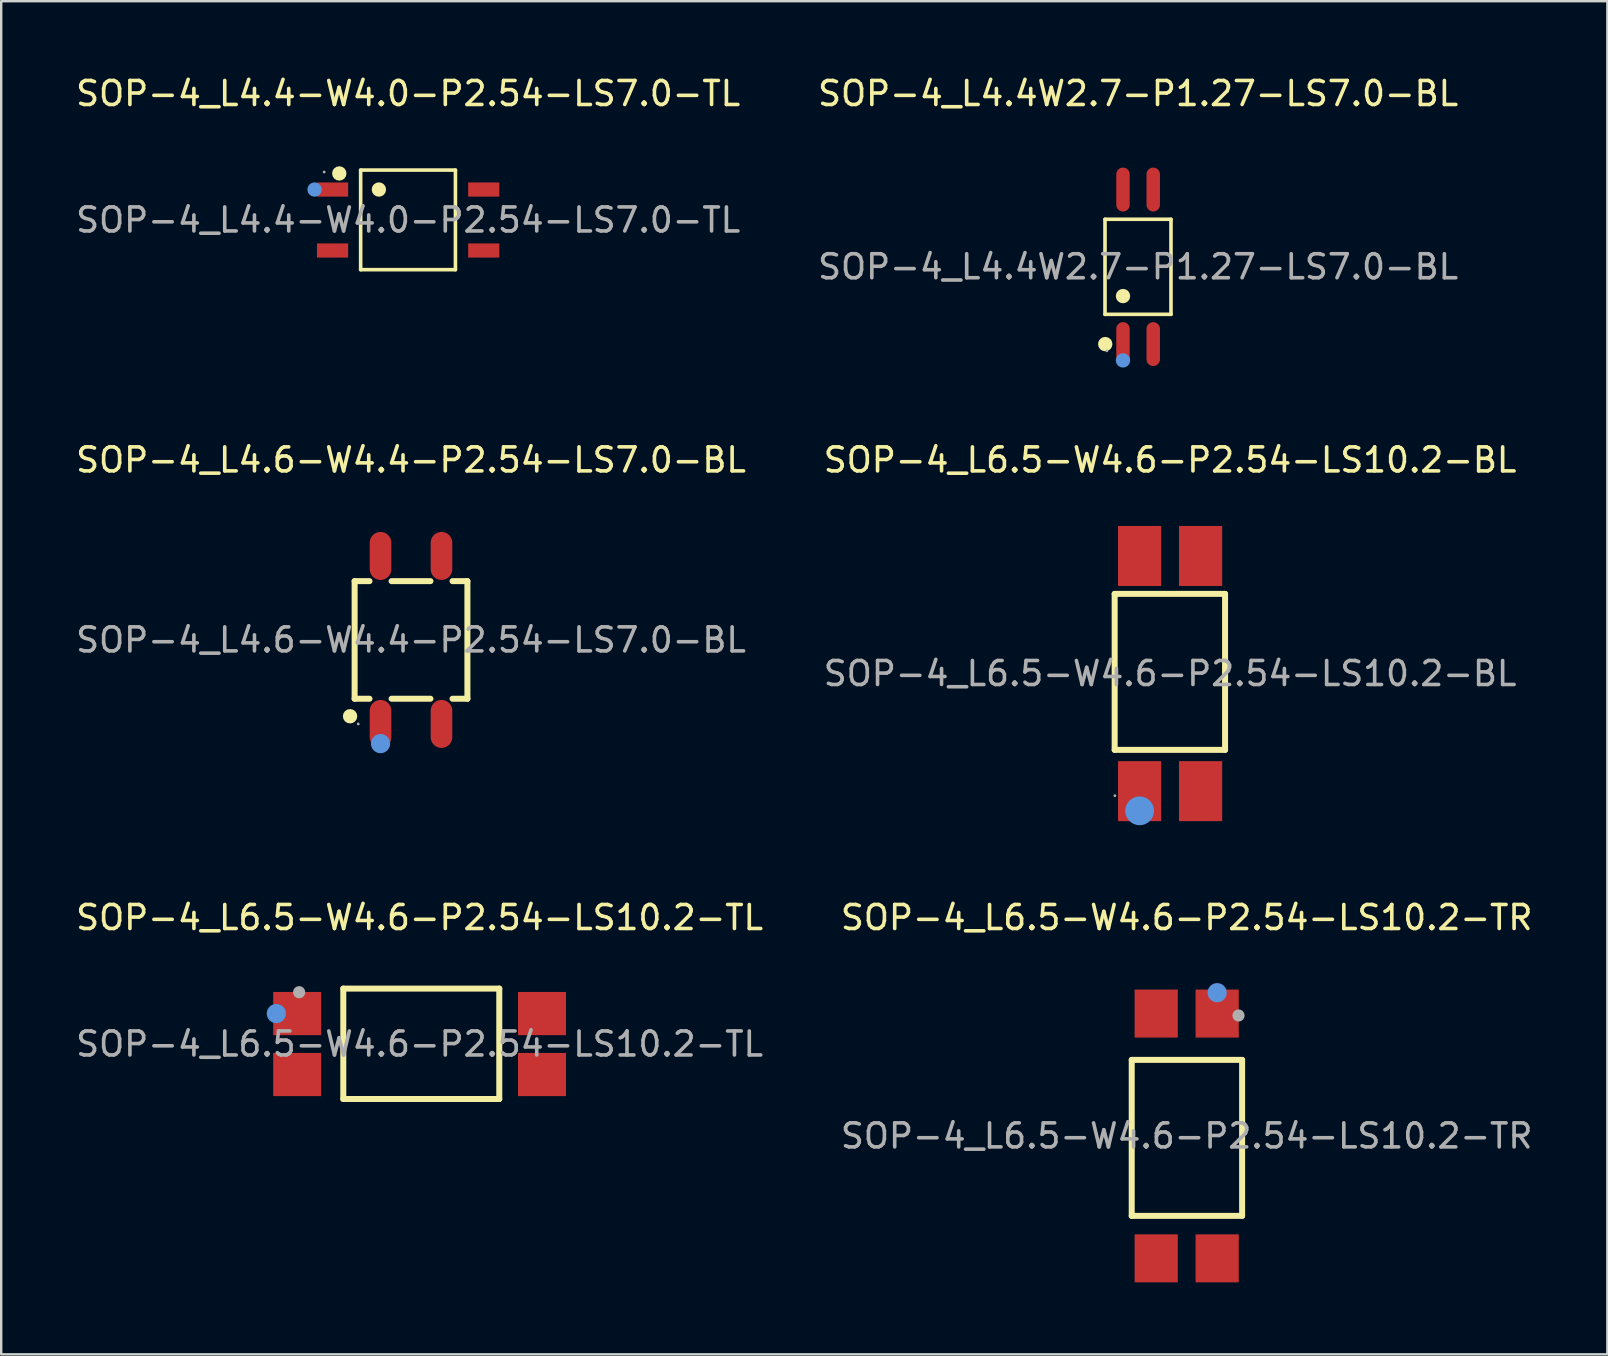
<source format=kicad_pcb>
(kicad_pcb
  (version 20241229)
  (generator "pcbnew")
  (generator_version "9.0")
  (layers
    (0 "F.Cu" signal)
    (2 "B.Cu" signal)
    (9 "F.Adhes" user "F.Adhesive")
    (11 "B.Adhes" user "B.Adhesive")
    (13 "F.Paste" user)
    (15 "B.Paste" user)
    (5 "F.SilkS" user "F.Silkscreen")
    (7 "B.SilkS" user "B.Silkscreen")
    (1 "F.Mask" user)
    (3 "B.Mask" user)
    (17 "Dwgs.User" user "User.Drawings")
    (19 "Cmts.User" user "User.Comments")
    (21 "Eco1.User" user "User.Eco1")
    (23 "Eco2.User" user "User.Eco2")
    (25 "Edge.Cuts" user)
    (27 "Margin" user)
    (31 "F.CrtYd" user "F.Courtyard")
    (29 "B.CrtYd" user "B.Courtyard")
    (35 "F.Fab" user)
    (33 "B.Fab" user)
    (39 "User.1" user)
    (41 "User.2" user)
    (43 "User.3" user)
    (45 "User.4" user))
  (footprint "SOP-4_L4.6-W4.4-P2.54-LS7.0-BL"
    (layer "F.Cu")
    (at 14.077 23.616)
    (property "Reference" "SOP-4_L4.6-W4.4-P2.54-LS7.0-BL" (at 0 -7.5 0) (layer "F.SilkS") (effects (font (size 1 1) (thickness 0.15))))
    (attr through_hole)
    (fp_line (start -2.35 -2.45) (end -2.35 2.45) (stroke (width 0.25) (type solid)) (layer "F.SilkS"))
    (fp_line (start -2.35 -2.45) (end -1.73 -2.45) (stroke (width 0.25) (type solid)) (layer "F.SilkS"))
    (fp_line (start -2.35 2.45) (end -1.73 2.45) (stroke (width 0.25) (type solid)) (layer "F.SilkS"))
    (fp_line (start -0.81 -2.45) (end 0.81 -2.45) (stroke (width 0.25) (type solid)) (layer "F.SilkS"))
    (fp_line (start -0.81 2.45) (end 0.81 2.45) (stroke (width 0.25) (type solid)) (layer "F.SilkS"))
    (fp_line (start 1.73 -2.45) (end 2.35 -2.45) (stroke (width 0.25) (type solid)) (layer "F.SilkS"))
    (fp_line (start 1.73 2.45) (end 2.35 2.45) (stroke (width 0.25) (type solid)) (layer "F.SilkS"))
    (fp_line (start 2.35 -2.45) (end 2.35 2.45) (stroke (width 0.25) (type solid)) (layer "F.SilkS"))
    (fp_arc (start -2.54 3.18) (mid -2.54 3.18) (end -2.54 3.18) (stroke (width 0.3) (type solid)) (layer "F.SilkS"))
    (fp_circle (center -1.27 4.32) (end -1.07 4.32) (stroke (width 0.4) (type solid)) (fill no) (layer "Cmts.User"))
    (fp_circle (center -2.2 3.5) (end -2.17 3.5) (stroke (width 0.06) (type solid)) (fill no) (layer "F.Fab"))
    (fp_text user "${REFERENCE}" (at 0 0 0) (layer "F.Fab") (effects (font (size 1 1) (thickness 0.15))))
    (pad "1" smd oval (at -1.27 3.5 180) (size 0.9 2) (layers "F.Cu" "F.Mask" "F.Paste"))
    (pad "2" smd oval (at 1.27 3.5 180) (size 0.9 2) (layers "F.Cu" "F.Mask" "F.Paste"))
    (pad "3" smd oval (at 1.27 -3.5 180) (size 0.9 2) (layers "F.Cu" "F.Mask" "F.Paste"))
    (pad "4" smd oval (at -1.27 -3.5 180) (size 0.9 2) (layers "F.Cu" "F.Mask" "F.Paste")))
  (footprint "SOP-4_L6.5-W4.6-P2.54-LS10.2-TL"
    (layer "F.Cu")
    (at 14.435 40.455)
    (property "Reference" "SOP-4_L6.5-W4.6-P2.54-LS10.2-TL" (at 0 -5.27 0) (layer "F.SilkS") (effects (font (size 1 1) (thickness 0.15))))
    (attr through_hole)
    (fp_line (start -3.18 -2.31) (end 3.32 -2.31) (stroke (width 0.25) (type solid)) (layer "F.SilkS"))
    (fp_line (start -3.18 2.29) (end -3.18 -2.31) (stroke (width 0.25) (type solid)) (layer "F.SilkS"))
    (fp_line (start 3.32 -2.31) (end 3.32 2.29) (stroke (width 0.25) (type solid)) (layer "F.SilkS"))
    (fp_line (start 3.32 2.29) (end -3.18 2.29) (stroke (width 0.25) (type solid)) (layer "F.SilkS"))
    (fp_circle (center -5.97 -1.27) (end -5.77 -1.27) (stroke (width 0.4) (type solid)) (fill no) (layer "Cmts.User"))
    (fp_circle (center -5.02 -2.16) (end -4.89 -2.16) (stroke (width 0.25) (type solid)) (fill no) (layer "F.Fab"))
    (fp_text user "${REFERENCE}" (at 0 0 0) (layer "F.Fab") (effects (font (size 1 1) (thickness 0.15))))
    (pad "1" smd rect (at -5.1 -1.27 270) (size 1.8 2) (layers "F.Cu" "F.Mask" "F.Paste"))
    (pad "2" smd rect (at -5.1 1.27 270) (size 1.8 2) (layers "F.Cu" "F.Mask" "F.Paste"))
    (pad "3" smd rect (at 5.1 1.27 270) (size 1.8 2) (layers "F.Cu" "F.Mask" "F.Paste"))
    (pad "4" smd rect (at 5.1 -1.27 270) (size 1.8 2) (layers "F.Cu" "F.Mask" "F.Paste")))
  (footprint "SOP-4_L4.4W2.7-P1.27-LS7.0-BL"
    (layer "F.Cu")
    (at 44.375 8.068)
    (property "Reference" "SOP-4_L4.4W2.7-P1.27-LS7.0-BL" (at 0 -7.22 0) (layer "F.SilkS") (effects (font (size 1 1) (thickness 0.15))))
    (attr through_hole)
    (fp_line (start -1.38 -1.98) (end 1.37 -1.98) (stroke (width 0.15) (type solid)) (layer "F.SilkS"))
    (fp_line (start -1.38 1.98) (end -1.38 -1.98) (stroke (width 0.15) (type solid)) (layer "F.SilkS"))
    (fp_line (start 1.37 -1.98) (end 1.37 1.98) (stroke (width 0.15) (type solid)) (layer "F.SilkS"))
    (fp_line (start 1.37 1.98) (end -1.38 1.98) (stroke (width 0.15) (type solid)) (layer "F.SilkS"))
    (fp_circle (center -1.37 3.22) (end -1.22 3.22) (stroke (width 0.3) (type solid)) (fill no) (layer "F.SilkS"))
    (fp_circle (center -0.63 1.22) (end -0.48 1.22) (stroke (width 0.3) (type solid)) (fill no) (layer "F.SilkS"))
    (fp_circle (center -0.63 3.9) (end -0.48 3.9) (stroke (width 0.3) (type solid)) (fill no) (layer "Cmts.User"))
    (fp_circle (center -1.3 3.5) (end -1.27 3.5) (stroke (width 0.06) (type solid)) (fill no) (layer "F.Fab"))
    (fp_text user "${REFERENCE}" (at 0 0 0) (layer "F.Fab") (effects (font (size 1 1) (thickness 0.15))))
    (pad "1" smd oval (at -0.63 3.22) (size 0.56 1.83) (layers "F.Cu" "F.Mask" "F.Paste"))
    (pad "2" smd oval (at 0.63 3.22) (size 0.56 1.83) (layers "F.Cu" "F.Mask" "F.Paste"))
    (pad "3" smd oval (at 0.63 -3.22) (size 0.56 1.83) (layers "F.Cu" "F.Mask" "F.Paste"))
    (pad "4" smd oval (at -0.63 -3.22) (size 0.56 1.83) (layers "F.Cu" "F.Mask" "F.Paste")))
  (footprint "SOP-4_L4.4-W4.0-P2.54-LS7.0-TL"
    (layer "F.Cu")
    (at 13.958 6.118)
    (property "Reference" "SOP-4_L4.4-W4.0-P2.54-LS7.0-TL" (at 0 -5.27 0) (layer "F.SilkS") (effects (font (size 1 1) (thickness 0.15))))
    (attr through_hole)
    (fp_line (start -1.98 -2.08) (end 1.97 -2.08) (stroke (width 0.15) (type solid)) (layer "F.SilkS"))
    (fp_line (start -1.98 2.07) (end -1.98 -2.08) (stroke (width 0.15) (type solid)) (layer "F.SilkS"))
    (fp_line (start 1.97 -2.08) (end 1.97 2.07) (stroke (width 0.15) (type solid)) (layer "F.SilkS"))
    (fp_line (start 1.97 2.07) (end -1.98 2.07) (stroke (width 0.15) (type solid)) (layer "F.SilkS"))
    (fp_circle (center -2.87 -1.94) (end -2.72 -1.94) (stroke (width 0.3) (type solid)) (fill no) (layer "F.SilkS"))
    (fp_circle (center -1.22 -1.27) (end -1.07 -1.27) (stroke (width 0.3) (type solid)) (fill no) (layer "F.SilkS"))
    (fp_circle (center -3.9 -1.27) (end -3.75 -1.27) (stroke (width 0.3) (type solid)) (fill no) (layer "Cmts.User"))
    (fp_circle (center -3.5 -2) (end -3.47 -2) (stroke (width 0.06) (type solid)) (fill no) (layer "F.Fab"))
    (fp_text user "${REFERENCE}" (at 0 0 0) (layer "F.Fab") (effects (font (size 1 1) (thickness 0.15))))
    (pad "1" smd rect (at -3.15 -1.27 270) (size 0.59 1.3) (layers "F.Cu" "F.Mask" "F.Paste"))
    (pad "2" smd rect (at -3.15 1.27 270) (size 0.59 1.3) (layers "F.Cu" "F.Mask" "F.Paste"))
    (pad "3" smd rect (at 3.15 1.27 270) (size 0.59 1.3) (layers "F.Cu" "F.Mask" "F.Paste"))
    (pad "4" smd rect (at 3.15 -1.27 270) (size 0.59 1.3) (layers "F.Cu" "F.Mask" "F.Paste")))
  (footprint "SOP-4_L6.5-W4.6-P2.54-LS10.2-BL"
    (layer "F.Cu")
    (at 45.708 25.017)
    (property "Reference" "SOP-4_L6.5-W4.6-P2.54-LS10.2-BL" (at 0 -8.9 0) (layer "F.SilkS") (effects (font (size 1 1) (thickness 0.15))))
    (attr through_hole)
    (fp_line (start -2.31 -3.32) (end 2.29 -3.32) (stroke (width 0.25) (type solid)) (layer "F.SilkS"))
    (fp_line (start -2.31 3.18) (end -2.31 -3.32) (stroke (width 0.25) (type solid)) (layer "F.SilkS"))
    (fp_line (start 2.29 -3.32) (end 2.29 3.18) (stroke (width 0.25) (type solid)) (layer "F.SilkS"))
    (fp_line (start 2.29 3.18) (end -2.31 3.18) (stroke (width 0.25) (type solid)) (layer "F.SilkS"))
    (fp_circle (center -1.27 5.72) (end -0.97 5.72) (stroke (width 0.6) (type solid)) (fill no) (layer "Cmts.User"))
    (fp_circle (center -2.3 5.09) (end -2.27 5.09) (stroke (width 0.06) (type solid)) (fill no) (layer "F.Fab"))
    (fp_text user "${REFERENCE}" (at 0 0 0) (layer "F.Fab") (effects (font (size 1 1) (thickness 0.15))))
    (pad "1" smd rect (at -1.27 4.9) (size 1.8 2.5) (layers "F.Cu" "F.Mask" "F.Paste"))
    (pad "2" smd rect (at 1.27 4.9) (size 1.8 2.5) (layers "F.Cu" "F.Mask" "F.Paste"))
    (pad "3" smd rect (at 1.27 -4.9) (size 1.8 2.5) (layers "F.Cu" "F.Mask" "F.Paste"))
    (pad "4" smd rect (at -1.27 -4.9) (size 1.8 2.5) (layers "F.Cu" "F.Mask" "F.Paste")))
  (footprint "SOP-4_L6.5-W4.6-P2.54-LS10.2-TR"
    (layer "F.Cu")
    (at 46.399 44.285)
    (property "Reference" "SOP-4_L6.5-W4.6-P2.54-LS10.2-TR" (at 0 -9.1 0) (layer "F.SilkS") (effects (font (size 1 1) (thickness 0.15))))
    (attr through_hole)
    (fp_line (start -2.29 -3.17) (end 2.31 -3.17) (stroke (width 0.25) (type solid)) (layer "F.SilkS"))
    (fp_line (start -2.29 3.33) (end -2.29 -3.17) (stroke (width 0.25) (type solid)) (layer "F.SilkS"))
    (fp_line (start 2.31 -3.17) (end 2.31 3.33) (stroke (width 0.25) (type solid)) (layer "F.SilkS"))
    (fp_line (start 2.31 3.33) (end -2.29 3.33) (stroke (width 0.25) (type solid)) (layer "F.SilkS"))
    (fp_circle (center 1.27 -5.97) (end 1.47 -5.97) (stroke (width 0.4) (type solid)) (fill no) (layer "Cmts.User"))
    (fp_circle (center 2.16 -5.02) (end 2.29 -5.02) (stroke (width 0.25) (type solid)) (fill no) (layer "F.Fab"))
    (fp_text user "${REFERENCE}" (at 0 0 0) (layer "F.Fab") (effects (font (size 1 1) (thickness 0.15))))
    (pad "1" smd rect (at 1.27 -5.1 180) (size 1.8 2) (layers "F.Cu" "F.Mask" "F.Paste"))
    (pad "2" smd rect (at -1.27 -5.1 180) (size 1.8 2) (layers "F.Cu" "F.Mask" "F.Paste"))
    (pad "3" smd rect (at -1.27 5.1 180) (size 1.8 2) (layers "F.Cu" "F.Mask" "F.Paste"))
    (pad "4" smd rect (at 1.27 5.1 180) (size 1.8 2) (layers "F.Cu" "F.Mask" "F.Paste")))
  (gr_rect
    (start -3 -3)
    (end 63.929 53.385)
    (stroke (width 0.1) (type default))
    (fill no)
    (layer "Edge.Cuts")))
</source>
